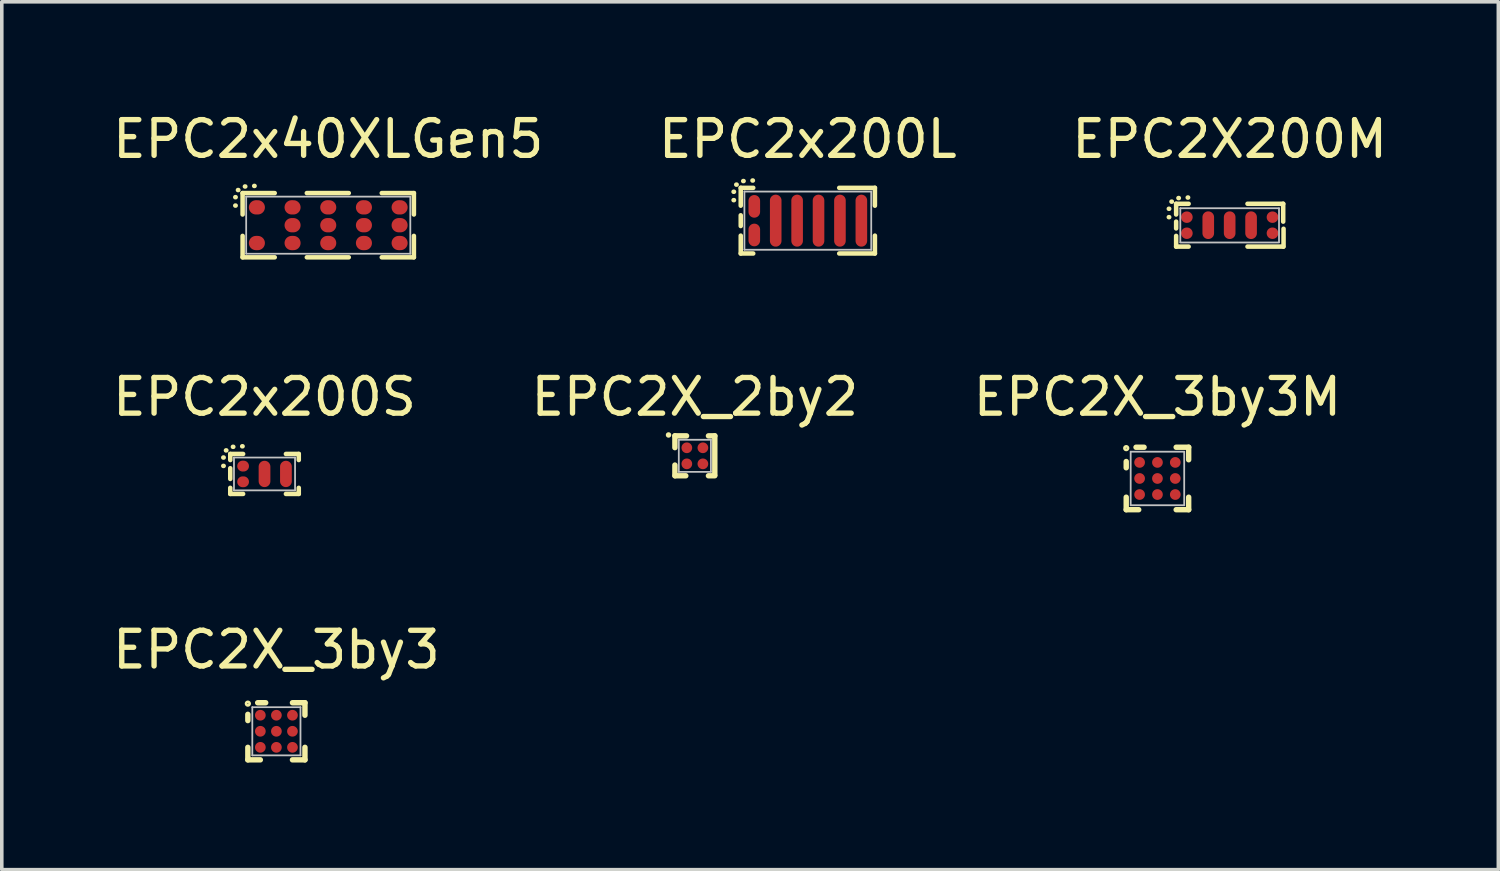
<source format=kicad_pcb>
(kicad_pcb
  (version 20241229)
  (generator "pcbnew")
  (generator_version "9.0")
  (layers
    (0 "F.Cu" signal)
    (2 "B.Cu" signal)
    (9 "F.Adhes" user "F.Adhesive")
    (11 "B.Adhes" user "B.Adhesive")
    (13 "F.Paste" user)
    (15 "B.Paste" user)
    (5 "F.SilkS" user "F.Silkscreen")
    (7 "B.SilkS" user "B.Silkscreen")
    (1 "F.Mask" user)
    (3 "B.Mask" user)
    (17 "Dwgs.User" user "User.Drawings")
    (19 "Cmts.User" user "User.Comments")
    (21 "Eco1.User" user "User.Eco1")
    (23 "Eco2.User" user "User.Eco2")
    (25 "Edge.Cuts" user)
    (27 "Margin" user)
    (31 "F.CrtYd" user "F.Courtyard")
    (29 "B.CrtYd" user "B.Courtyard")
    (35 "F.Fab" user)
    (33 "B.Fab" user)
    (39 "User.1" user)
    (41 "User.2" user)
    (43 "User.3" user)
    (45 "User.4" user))
  (footprint "EPC2X200M"
    (layer "F.Cu")
    (at 31.411 3.261)
    (property "Reference" "EPC2X200M" (at 0 -2.413 0) (layer "F.SilkS") (effects (font (size 1 1) (thickness 0.15))))
    (attr smd)
    (fp_line (start -1.705 -0.46) (end -1.695 -0.46) (stroke (width 0.127) (type solid)) (layer "F.SilkS"))
    (fp_line (start -1.705 -0.225) (end -1.695 -0.225) (stroke (width 0.127) (type solid)) (layer "F.SilkS"))
    (fp_line (start -1.63 -0.66) (end -1.62 -0.66) (stroke (width 0.127) (type solid)) (layer "F.SilkS"))
    (fp_line (start -1.5 -0.6) (end -1.15 -0.6) (stroke (width 0.127) (type solid)) (layer "F.SilkS"))
    (fp_line (start -1.5 -0.3) (end -1.5 -0.6) (stroke (width 0.127) (type solid)) (layer "F.SilkS"))
    (fp_line (start -1.5 0.09) (end -1.5 -0.1) (stroke (width 0.127) (type solid)) (layer "F.SilkS"))
    (fp_line (start -1.5 0.6) (end -1.5 0.3) (stroke (width 0.127) (type solid)) (layer "F.SilkS"))
    (fp_line (start -1.5 0.6) (end -1.15 0.6) (stroke (width 0.127) (type solid)) (layer "F.SilkS"))
    (fp_line (start -1.435 -0.76) (end -1.425 -0.76) (stroke (width 0.127) (type solid)) (layer "F.SilkS"))
    (fp_line (start -1.175 -0.775) (end -1.165 -0.775) (stroke (width 0.127) (type solid)) (layer "F.SilkS"))
    (fp_line (start 0.5 -0.6) (end 1.5 -0.6) (stroke (width 0.127) (type solid)) (layer "F.SilkS"))
    (fp_line (start 0.5 0.6) (end 1.5 0.6) (stroke (width 0.127) (type solid)) (layer "F.SilkS"))
    (fp_line (start 1.5 -0.1) (end 1.5 -0.6) (stroke (width 0.127) (type solid)) (layer "F.SilkS"))
    (fp_line (start 1.51 0.6) (end 1.51 0.1) (stroke (width 0.127) (type solid)) (layer "F.SilkS"))
    (fp_line (start -1.383 -0.475) (end 1.383 -0.475) (stroke (width 0.05) (type solid)) (layer "Dwgs.User"))
    (fp_line (start -1.383 0.475) (end -1.383 -0.475) (stroke (width 0.05) (type solid)) (layer "Dwgs.User"))
    (fp_line (start -1.383 0.485) (end 1.383 0.485) (stroke (width 0.05) (type solid)) (layer "Dwgs.User"))
    (fp_line (start 1.383 0.475) (end 1.383 -0.475) (stroke (width 0.05) (type solid)) (layer "Dwgs.User"))
    (pad "1" smd oval (at -1.2 -0.225) (size 0.326 0.32) (layers "F.Cu" "F.Mask" "F.Paste"))
    (pad "2" smd oval (at -1.2 0.225 180) (size 0.326 0.32) (layers "F.Cu" "F.Mask" "F.Paste"))
    (pad "3" smd oval (at -0.6 0 180) (size 0.326 0.776) (layers "F.Cu" "F.Mask" "F.Paste"))
    (pad "4" smd oval (at 0 0) (size 0.326 0.776) (layers "F.Cu" "F.Mask" "F.Paste"))
    (pad "5" smd oval (at 0.6 0) (size 0.326 0.776) (layers "F.Cu" "F.Mask" "F.Paste"))
    (pad "6" smd oval (at 1.2 -0.225) (size 0.326 0.32) (layers "F.Cu" "F.Mask" "F.Paste"))
    (pad "7" smd oval (at 1.2 0.225 180) (size 0.326 0.32) (layers "F.Cu" "F.Mask" "F.Paste")))
  (footprint "EPC2x40XLGen5"
    (layer "F.Cu")
    (at 6.149 3.261)
    (property "Reference" "EPC2x40XLGen5" (at 0 -2.413 0) (layer "F.SilkS") (effects (font (size 1 1) (thickness 0.15))))
    (attr smd)
    (fp_line (start -2.605 -0.785) (end -2.595 -0.785) (stroke (width 0.127) (type solid)) (layer "F.SilkS"))
    (fp_line (start -2.605 -0.55) (end -2.595 -0.55) (stroke (width 0.127) (type solid)) (layer "F.SilkS"))
    (fp_line (start -2.53 -0.985) (end -2.52 -0.985) (stroke (width 0.127) (type solid)) (layer "F.SilkS"))
    (fp_line (start -2.4 -0.9) (end -1.5 -0.9) (stroke (width 0.127) (type solid)) (layer "F.SilkS"))
    (fp_line (start -2.4 -0.3) (end -2.4 -0.9) (stroke (width 0.127) (type solid)) (layer "F.SilkS"))
    (fp_line (start -2.4 0.9) (end -2.4 0.3) (stroke (width 0.127) (type solid)) (layer "F.SilkS"))
    (fp_line (start -2.4 0.9) (end -1.5 0.9) (stroke (width 0.127) (type solid)) (layer "F.SilkS"))
    (fp_line (start -2.335 -1.085) (end -2.325 -1.085) (stroke (width 0.127) (type solid)) (layer "F.SilkS"))
    (fp_line (start -2.075 -1.1) (end -2.065 -1.1) (stroke (width 0.127) (type solid)) (layer "F.SilkS"))
    (fp_line (start -0.6 -0.9) (end 0.575 -0.9) (stroke (width 0.127) (type solid)) (layer "F.SilkS"))
    (fp_line (start -0.6 0.9) (end 0.575 0.9) (stroke (width 0.127) (type solid)) (layer "F.SilkS"))
    (fp_line (start 1.5 -0.9) (end 2.4 -0.9) (stroke (width 0.127) (type solid)) (layer "F.SilkS"))
    (fp_line (start 1.5 0.9) (end 2.4 0.9) (stroke (width 0.127) (type solid)) (layer "F.SilkS"))
    (fp_line (start 2.4 -0.3) (end 2.4 -0.9) (stroke (width 0.127) (type solid)) (layer "F.SilkS"))
    (fp_line (start 2.4 0.9) (end 2.4 0.3) (stroke (width 0.127) (type solid)) (layer "F.SilkS"))
    (fp_line (start -2.3 -0.8) (end 2.3 -0.8) (stroke (width 0.05) (type solid)) (layer "Dwgs.User"))
    (fp_line (start -2.3 0.8) (end -2.3 -0.8) (stroke (width 0.05) (type solid)) (layer "Dwgs.User"))
    (fp_line (start -2.3 0.8) (end 2.3 0.8) (stroke (width 0.05) (type solid)) (layer "Dwgs.User"))
    (fp_line (start 2.3 0.8) (end 2.3 -0.8) (stroke (width 0.05) (type solid)) (layer "Dwgs.User"))
    (pad "1" smd oval (at -2 -0.5) (size 0.45 0.4) (layers "F.Cu" "F.Mask" "F.Paste"))
    (pad "2" smd oval (at -2 0.5) (size 0.45 0.4) (layers "F.Cu" "F.Mask" "F.Paste"))
    (pad "3" smd oval (at -1 -0.5) (size 0.45 0.4) (layers "F.Cu" "F.Mask" "F.Paste"))
    (pad "4" smd oval (at -1 0) (size 0.45 0.4) (layers "F.Cu" "F.Mask" "F.Paste"))
    (pad "5" smd oval (at -1 0.5) (size 0.45 0.4) (layers "F.Cu" "F.Mask" "F.Paste"))
    (pad "6" smd oval (at 0 -0.5) (size 0.45 0.4) (layers "F.Cu" "F.Mask" "F.Paste"))
    (pad "7" smd oval (at 0 0) (size 0.45 0.4) (layers "F.Cu" "F.Mask" "F.Paste"))
    (pad "8" smd oval (at 0 0.5) (size 0.45 0.4) (layers "F.Cu" "F.Mask" "F.Paste"))
    (pad "9" smd oval (at 1 -0.5) (size 0.45 0.4) (layers "F.Cu" "F.Mask" "F.Paste"))
    (pad "10" smd oval (at 1 0) (size 0.45 0.4) (layers "F.Cu" "F.Mask" "F.Paste"))
    (pad "11" smd oval (at 1 0.5) (size 0.45 0.4) (layers "F.Cu" "F.Mask" "F.Paste"))
    (pad "12" smd oval (at 2 -0.5) (size 0.45 0.4) (layers "F.Cu" "F.Mask" "F.Paste"))
    (pad "13" smd oval (at 2 0) (size 0.45 0.4) (layers "F.Cu" "F.Mask" "F.Paste"))
    (pad "14" smd oval (at 2 0.5) (size 0.45 0.4) (layers "F.Cu" "F.Mask" "F.Paste")))
  (footprint "EPC2x200S"
    (layer "F.Cu")
    (at 4.363 10.232)
    (property "Reference" "EPC2x200S" (at 0 -2.159 0) (layer "F.SilkS") (effects (font (size 1 1) (thickness 0.15))))
    (attr smd)
    (fp_line (start -1.155 -0.46) (end -1.145 -0.46) (stroke (width 0.127) (type solid)) (layer "F.SilkS"))
    (fp_line (start -1.155 -0.225) (end -1.145 -0.225) (stroke (width 0.127) (type solid)) (layer "F.SilkS"))
    (fp_line (start -1.08 -0.66) (end -1.07 -0.66) (stroke (width 0.127) (type solid)) (layer "F.SilkS"))
    (fp_line (start -0.96 -0.56) (end -0.6 -0.56) (stroke (width 0.127) (type solid)) (layer "F.SilkS"))
    (fp_line (start -0.96 -0.39) (end -0.96 -0.56) (stroke (width 0.127) (type solid)) (layer "F.SilkS"))
    (fp_line (start -0.96 0.14) (end -0.96 -0.16) (stroke (width 0.127) (type solid)) (layer "F.SilkS"))
    (fp_line (start -0.96 0.56) (end -0.96 0.39) (stroke (width 0.127) (type solid)) (layer "F.SilkS"))
    (fp_line (start -0.96 0.56) (end -0.6 0.56) (stroke (width 0.127) (type solid)) (layer "F.SilkS"))
    (fp_line (start -0.885 -0.76) (end -0.875 -0.76) (stroke (width 0.127) (type solid)) (layer "F.SilkS"))
    (fp_line (start -0.625 -0.775) (end -0.615 -0.775) (stroke (width 0.127) (type solid)) (layer "F.SilkS"))
    (fp_line (start 0.6 -0.56) (end 0.96 -0.56) (stroke (width 0.127) (type solid)) (layer "F.SilkS"))
    (fp_line (start 0.6 0.56) (end 0.96 0.56) (stroke (width 0.127) (type solid)) (layer "F.SilkS"))
    (fp_line (start 0.96 -0.39) (end 0.96 -0.56) (stroke (width 0.127) (type solid)) (layer "F.SilkS"))
    (fp_line (start 0.96 0.56) (end 0.96 0.39) (stroke (width 0.127) (type solid)) (layer "F.SilkS"))
    (fp_line (start -0.856 -0.46) (end 0.856 -0.46) (stroke (width 0.05) (type solid)) (layer "Dwgs.User"))
    (fp_line (start -0.856 0.46) (end -0.856 -0.46) (stroke (width 0.05) (type solid)) (layer "Dwgs.User"))
    (fp_line (start -0.856 0.46) (end 0.856 0.46) (stroke (width 0.05) (type solid)) (layer "Dwgs.User"))
    (fp_line (start 0.856 0.46) (end 0.856 -0.46) (stroke (width 0.05) (type solid)) (layer "Dwgs.User"))
    (pad "1" smd oval (at -0.6 -0.22) (size 0.329 0.304) (layers "F.Cu" "F.Mask" "F.Paste"))
    (pad "2" smd oval (at -0.6 0.22 180) (size 0.329 0.304) (layers "F.Cu" "F.Mask" "F.Paste"))
    (pad "3" smd oval (at 0 0 180) (size 0.329 0.738) (layers "F.Cu" "F.Mask" "F.Paste"))
    (pad "4" smd oval (at 0.6 0 180) (size 0.329 0.738) (layers "F.Cu" "F.Mask" "F.Paste")))
  (footprint "EPC2X_3by3M"
    (layer "F.Cu")
    (at 29.387 10.359)
    (property "Reference" "EPC2X_3by3M" (at 0 -2.286 0) (layer "F.SilkS") (effects (font (size 1 1) (thickness 0.15))))
    (attr smd)
    (fp_line (start -0.875 -0.3) (end -0.875 -0.475) (stroke (width 0.152) (type solid)) (layer "F.SilkS"))
    (fp_line (start -0.875 0.875) (end -0.875 0.525) (stroke (width 0.152) (type solid)) (layer "F.SilkS"))
    (fp_line (start -0.875 0.875) (end -0.525 0.875) (stroke (width 0.152) (type solid)) (layer "F.SilkS"))
    (fp_line (start -0.6 -0.875) (end -0.375 -0.875) (stroke (width 0.152) (type solid)) (layer "F.SilkS"))
    (fp_line (start 0.525 -0.875) (end 0.875 -0.875) (stroke (width 0.152) (type solid)) (layer "F.SilkS"))
    (fp_line (start 0.525 0.875) (end 0.875 0.875) (stroke (width 0.152) (type solid)) (layer "F.SilkS"))
    (fp_line (start 0.875 -0.525) (end 0.875 -0.875) (stroke (width 0.152) (type solid)) (layer "F.SilkS"))
    (fp_line (start 0.875 0.875) (end 0.875 0.525) (stroke (width 0.152) (type solid)) (layer "F.SilkS"))
    (fp_arc (start -0.825 -0.85) (mid -0.925 -0.85) (end -0.825 -0.85) (stroke (width 0.0762) (type solid)) (layer "F.SilkS"))
    (fp_line (start -0.75 -0.75) (end 0.75 -0.75) (stroke (width 0.05) (type solid)) (layer "Dwgs.User"))
    (fp_line (start -0.75 0.75) (end -0.75 -0.75) (stroke (width 0.05) (type solid)) (layer "Dwgs.User"))
    (fp_line (start -0.75 0.75) (end 0.75 0.75) (stroke (width 0.05) (type solid)) (layer "Dwgs.User"))
    (fp_line (start 0.75 0.75) (end 0.75 -0.75) (stroke (width 0.05) (type solid)) (layer "Dwgs.User"))
    (pad "1" smd circle (at -0.5 -0.45) (size 0.3 0.3) (layers "F.Cu" "F.Mask" "F.Paste"))
    (pad "2" smd circle (at -0.5 0) (size 0.3 0.3) (layers "F.Cu" "F.Mask" "F.Paste"))
    (pad "3" smd circle (at -0.5 0.45) (size 0.3 0.3) (layers "F.Cu" "F.Mask" "F.Paste"))
    (pad "4" smd circle (at 0 -0.45) (size 0.3 0.3) (layers "F.Cu" "F.Mask" "F.Paste"))
    (pad "5" smd circle (at 0 0) (size 0.3 0.3) (layers "F.Cu" "F.Mask" "F.Paste"))
    (pad "6" smd circle (at 0 0.45) (size 0.3 0.3) (layers "F.Cu" "F.Mask" "F.Paste"))
    (pad "7" smd circle (at 0.5 -0.45) (size 0.3 0.3) (layers "F.Cu" "F.Mask" "F.Paste"))
    (pad "8" smd circle (at 0.5 0) (size 0.3 0.3) (layers "F.Cu" "F.Mask" "F.Paste"))
    (pad "9" smd circle (at 0.5 0.45) (size 0.3 0.3) (layers "F.Cu" "F.Mask" "F.Paste")))
  (footprint "EPC2X_2by2"
    (layer "F.Cu")
    (at 16.423 9.724)
    (property "Reference" "EPC2X_2by2" (at 0 -1.651 0) (layer "F.SilkS") (effects (font (size 1 1) (thickness 0.15))))
    (attr smd)
    (fp_line (start -0.559 -0.559) (end -0.233 -0.559) (stroke (width 0.152) (type solid)) (layer "F.SilkS"))
    (fp_line (start -0.559 -0.229) (end -0.559 -0.559) (stroke (width 0.152) (type solid)) (layer "F.SilkS"))
    (fp_line (start -0.559 0.559) (end -0.559 0.259) (stroke (width 0.152) (type solid)) (layer "F.SilkS"))
    (fp_line (start -0.554 0.559) (end -0.254 0.559) (stroke (width 0.152) (type solid)) (layer "F.SilkS"))
    (fp_line (start 0.381 -0.559) (end 0.559 -0.559) (stroke (width 0.152) (type solid)) (layer "F.SilkS"))
    (fp_line (start 0.381 0.559) (end 0.556 0.559) (stroke (width 0.152) (type solid)) (layer "F.SilkS"))
    (fp_line (start 0.559 0.542) (end 0.559 -0.559) (stroke (width 0.152) (type solid)) (layer "F.SilkS"))
    (fp_arc (start -0.7366 -0.5842) (mid -0.7386 -0.5842) (end -0.7366 -0.5842) (stroke (width 0.0762) (type solid)) (layer "F.SilkS"))
    (fp_line (start -0.45 -0.45) (end 0.45 -0.45) (stroke (width 0.05) (type solid)) (layer "Dwgs.User"))
    (fp_line (start -0.45 -0.447) (end -0.447 -0.45) (stroke (width 0.05) (type solid)) (layer "Dwgs.User"))
    (fp_line (start -0.45 0.45) (end -0.45 -0.45) (stroke (width 0.05) (type solid)) (layer "Dwgs.User"))
    (fp_line (start -0.45 0.45) (end 0.45 0.45) (stroke (width 0.05) (type solid)) (layer "Dwgs.User"))
    (fp_line (start 0.45 0.45) (end 0.45 -0.45) (stroke (width 0.05) (type solid)) (layer "Dwgs.User"))
    (pad "1" smd circle (at -0.225 -0.225) (size 0.3 0.3) (layers "F.Cu" "F.Mask" "F.Paste"))
    (pad "2" smd circle (at -0.225 0.225) (size 0.3 0.3) (layers "F.Cu" "F.Mask" "F.Paste"))
    (pad "3" smd circle (at 0.225 -0.225) (size 0.3 0.3) (layers "F.Cu" "F.Mask" "F.Paste"))
    (pad "4" smd circle (at 0.225 0.225) (size 0.3 0.3) (layers "F.Cu" "F.Mask" "F.Paste")))
  (footprint "EPC2X_3by3"
    (layer "F.Cu")
    (at 4.696 17.444)
    (property "Reference" "EPC2X_3by3" (at 0 -2.286 0) (layer "F.SilkS") (effects (font (size 1 1) (thickness 0.15))))
    (attr smd)
    (fp_line (start -0.8 -0.3) (end -0.8 -0.475) (stroke (width 0.152) (type solid)) (layer "F.SilkS"))
    (fp_line (start -0.8 0.8) (end -0.8 0.45) (stroke (width 0.152) (type solid)) (layer "F.SilkS"))
    (fp_line (start -0.8 0.8) (end -0.45 0.8) (stroke (width 0.152) (type solid)) (layer "F.SilkS"))
    (fp_line (start -0.525 -0.8) (end -0.3 -0.8) (stroke (width 0.152) (type solid)) (layer "F.SilkS"))
    (fp_line (start 0.45 -0.8) (end 0.8 -0.8) (stroke (width 0.152) (type solid)) (layer "F.SilkS"))
    (fp_line (start 0.45 0.8) (end 0.8 0.8) (stroke (width 0.152) (type solid)) (layer "F.SilkS"))
    (fp_line (start 0.8 -0.45) (end 0.8 -0.8) (stroke (width 0.152) (type solid)) (layer "F.SilkS"))
    (fp_line (start 0.8 0.8) (end 0.8 0.45) (stroke (width 0.152) (type solid)) (layer "F.SilkS"))
    (fp_arc (start -0.75 -0.775) (mid -0.85 -0.775) (end -0.75 -0.775) (stroke (width 0.0762) (type solid)) (layer "F.SilkS"))
    (fp_line (start -0.675 -0.675) (end 0.675 -0.675) (stroke (width 0.05) (type solid)) (layer "Dwgs.User"))
    (fp_line (start -0.675 0.675) (end -0.675 -0.675) (stroke (width 0.05) (type solid)) (layer "Dwgs.User"))
    (fp_line (start -0.675 0.675) (end 0.675 0.675) (stroke (width 0.05) (type solid)) (layer "Dwgs.User"))
    (fp_line (start 0.675 0.675) (end 0.675 -0.675) (stroke (width 0.05) (type solid)) (layer "Dwgs.User"))
    (pad "1" smd circle (at -0.45 -0.45) (size 0.3 0.3) (layers "F.Cu" "F.Mask" "F.Paste"))
    (pad "2" smd circle (at -0.45 0) (size 0.3 0.3) (layers "F.Cu" "F.Mask" "F.Paste"))
    (pad "3" smd circle (at -0.45 0.45) (size 0.3 0.3) (layers "F.Cu" "F.Mask" "F.Paste"))
    (pad "4" smd circle (at 0 -0.45) (size 0.3 0.3) (layers "F.Cu" "F.Mask" "F.Paste"))
    (pad "5" smd circle (at 0 0) (size 0.3 0.3) (layers "F.Cu" "F.Mask" "F.Paste"))
    (pad "6" smd circle (at 0 0.45) (size 0.3 0.3) (layers "F.Cu" "F.Mask" "F.Paste"))
    (pad "7" smd circle (at 0.45 -0.45) (size 0.3 0.3) (layers "F.Cu" "F.Mask" "F.Paste"))
    (pad "8" smd circle (at 0.45 0) (size 0.3 0.3) (layers "F.Cu" "F.Mask" "F.Paste"))
    (pad "9" smd circle (at 0.45 0.45) (size 0.3 0.3) (layers "F.Cu" "F.Mask" "F.Paste")))
  (footprint "EPC2x200L"
    (layer "F.Cu")
    (at 19.589 3.134)
    (property "Reference" "EPC2x200L" (at 0 -2.286 0) (layer "F.SilkS") (effects (font (size 1 1) (thickness 0.15))))
    (attr smd)
    (fp_line (start -2.08 -0.81) (end -2.07 -0.81) (stroke (width 0.127) (type solid)) (layer "F.SilkS"))
    (fp_line (start -2.08 -0.575) (end -2.07 -0.575) (stroke (width 0.127) (type solid)) (layer "F.SilkS"))
    (fp_line (start -2.005 -1.01) (end -1.995 -1.01) (stroke (width 0.127) (type solid)) (layer "F.SilkS"))
    (fp_line (start -1.88 -0.92) (end -1.53 -0.92) (stroke (width 0.127) (type solid)) (layer "F.SilkS"))
    (fp_line (start -1.88 -0.42) (end -1.88 -0.92) (stroke (width 0.127) (type solid)) (layer "F.SilkS"))
    (fp_line (start -1.88 0.15) (end -1.88 -0.15) (stroke (width 0.127) (type solid)) (layer "F.SilkS"))
    (fp_line (start -1.88 0.92) (end -1.88 0.42) (stroke (width 0.127) (type solid)) (layer "F.SilkS"))
    (fp_line (start -1.88 0.92) (end -1.53 0.92) (stroke (width 0.127) (type solid)) (layer "F.SilkS"))
    (fp_line (start -1.81 -1.11) (end -1.8 -1.11) (stroke (width 0.127) (type solid)) (layer "F.SilkS"))
    (fp_line (start -1.55 -1.125) (end -1.54 -1.125) (stroke (width 0.127) (type solid)) (layer "F.SilkS"))
    (fp_line (start 0.88 -0.92) (end 1.88 -0.92) (stroke (width 0.127) (type solid)) (layer "F.SilkS"))
    (fp_line (start 0.88 0.92) (end 1.88 0.92) (stroke (width 0.127) (type solid)) (layer "F.SilkS"))
    (fp_line (start 1.88 -0.42) (end 1.88 -0.92) (stroke (width 0.127) (type solid)) (layer "F.SilkS"))
    (fp_line (start 1.88 0.92) (end 1.88 0.42) (stroke (width 0.127) (type solid)) (layer "F.SilkS"))
    (fp_line (start -1.777 -0.816) (end 1.777 -0.816) (stroke (width 0.05) (type solid)) (layer "Dwgs.User"))
    (fp_line (start -1.777 0.816) (end -1.777 -0.816) (stroke (width 0.05) (type solid)) (layer "Dwgs.User"))
    (fp_line (start -1.777 0.816) (end 1.777 0.816) (stroke (width 0.05) (type solid)) (layer "Dwgs.User"))
    (fp_line (start 1.777 0.816) (end 1.777 -0.816) (stroke (width 0.05) (type solid)) (layer "Dwgs.User"))
    (pad "1" smd oval (at -1.5 -0.401) (size 0.325 0.635) (layers "F.Cu" "F.Mask" "F.Paste"))
    (pad "2" smd oval (at -1.5 0.401 180) (size 0.325 0.635) (layers "F.Cu" "F.Mask" "F.Paste"))
    (pad "3" smd oval (at -0.9 0 180) (size 0.325 1.457) (layers "F.Cu" "F.Mask" "F.Paste"))
    (pad "4" smd oval (at -0.3 0 180) (size 0.325 1.457) (layers "F.Cu" "F.Mask" "F.Paste"))
    (pad "5" smd oval (at 0.3 0 180) (size 0.325 1.457) (layers "F.Cu" "F.Mask" "F.Paste"))
    (pad "6" smd oval (at 0.9 0 180) (size 0.325 1.457) (layers "F.Cu" "F.Mask" "F.Paste"))
    (pad "7" smd oval (at 1.5 0 180) (size 0.325 1.457) (layers "F.Cu" "F.Mask" "F.Paste")))
  (gr_rect
    (start -3 -3)
    (end 38.94 21.321)
    (stroke (width 0.1) (type default))
    (fill no)
    (layer "Edge.Cuts")))
</source>
